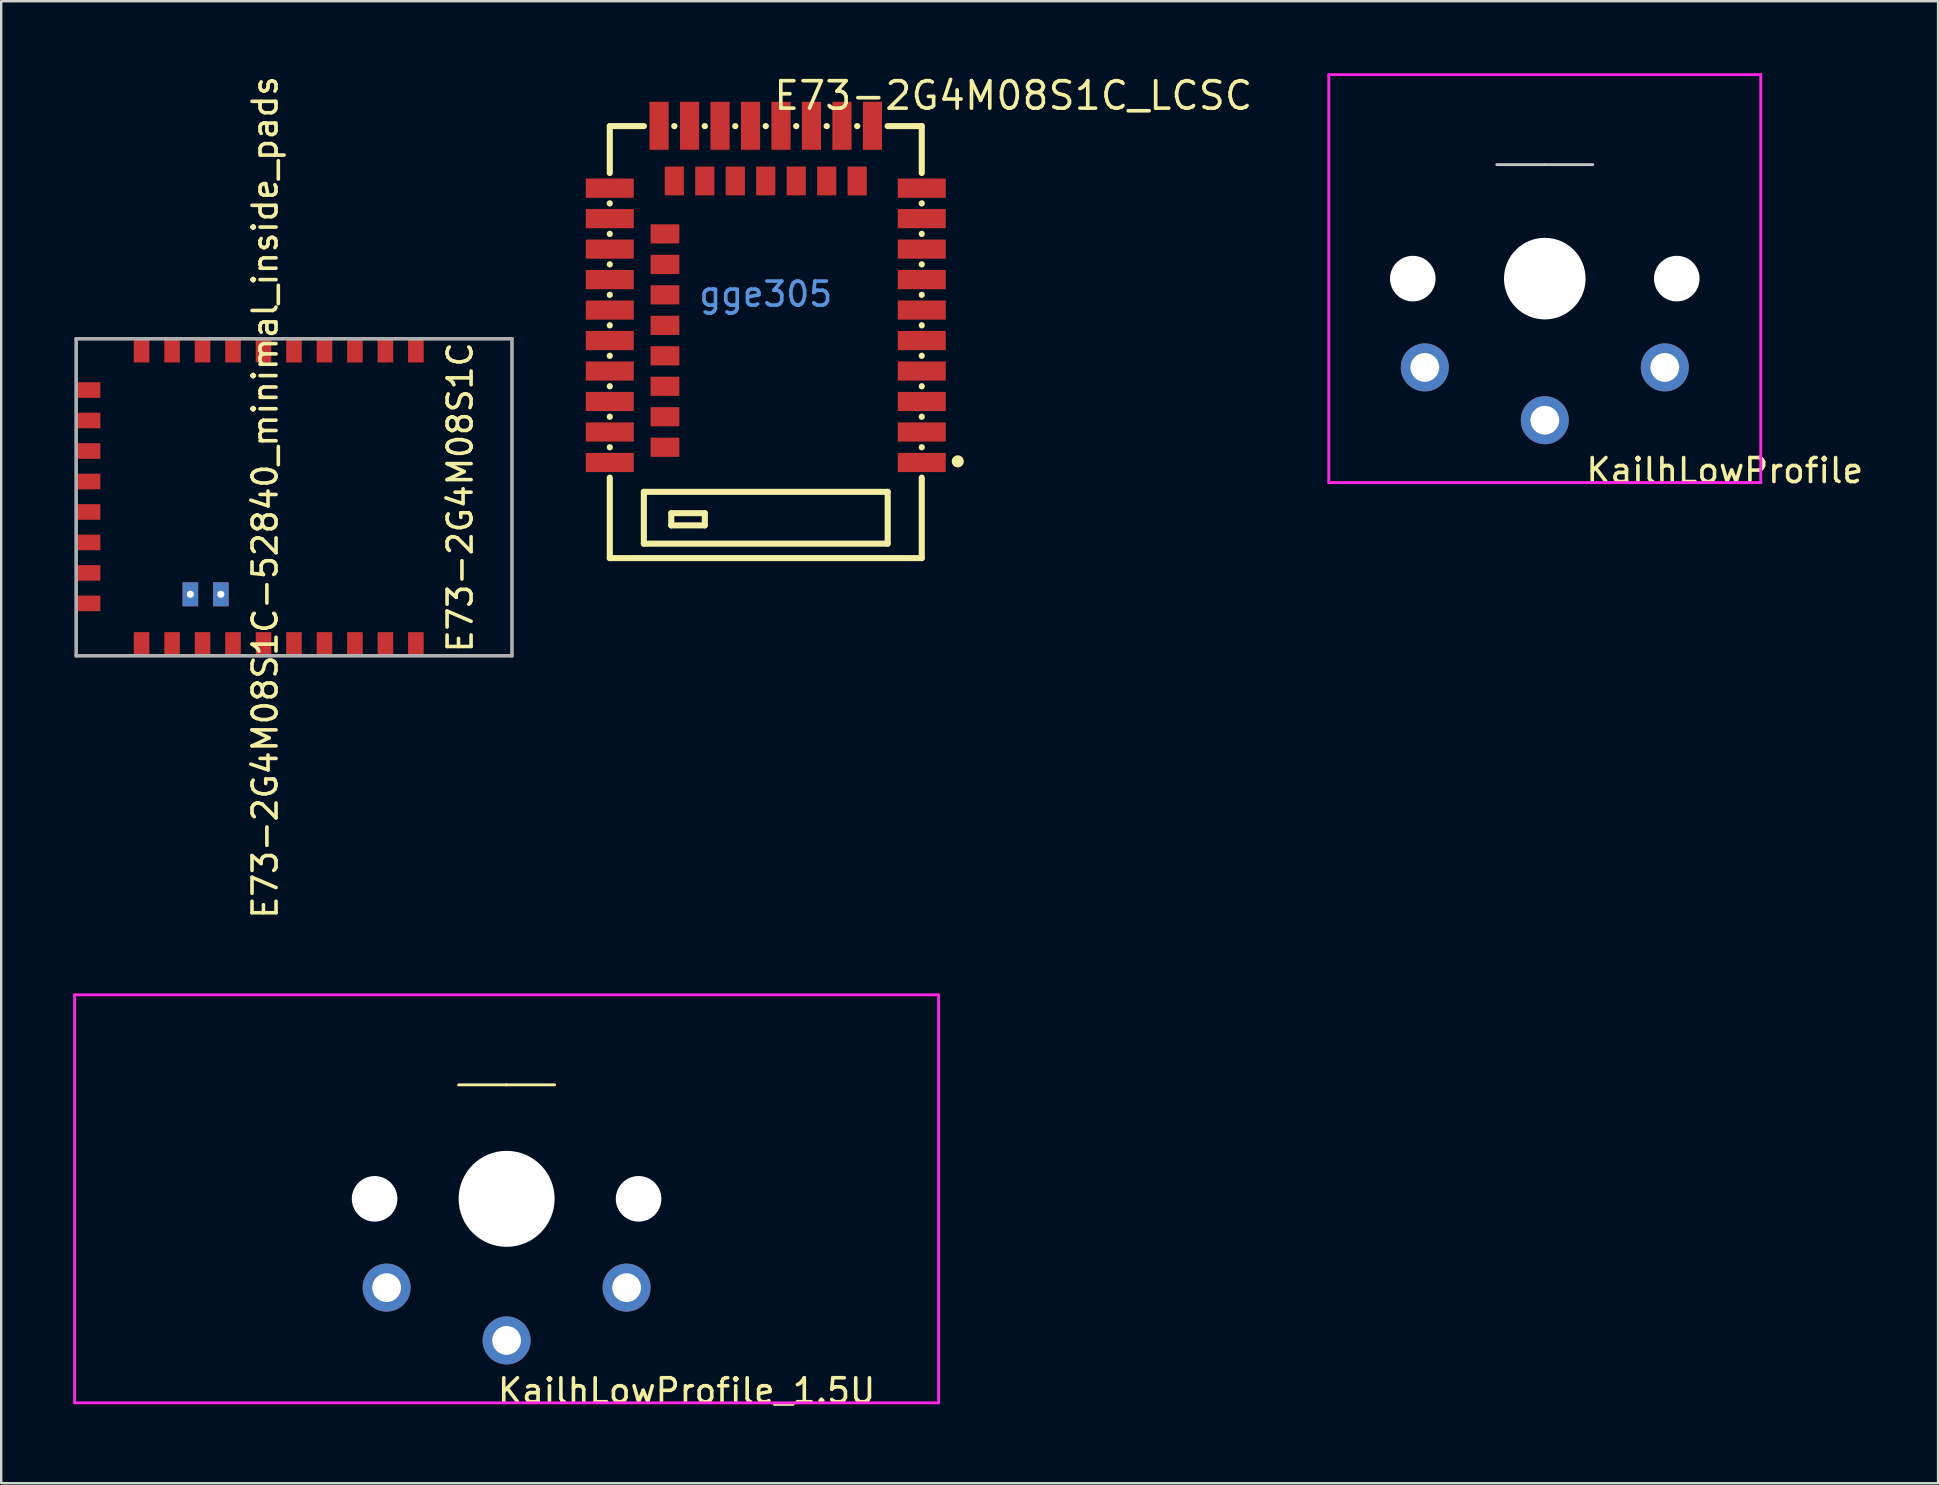
<source format=kicad_pcb>
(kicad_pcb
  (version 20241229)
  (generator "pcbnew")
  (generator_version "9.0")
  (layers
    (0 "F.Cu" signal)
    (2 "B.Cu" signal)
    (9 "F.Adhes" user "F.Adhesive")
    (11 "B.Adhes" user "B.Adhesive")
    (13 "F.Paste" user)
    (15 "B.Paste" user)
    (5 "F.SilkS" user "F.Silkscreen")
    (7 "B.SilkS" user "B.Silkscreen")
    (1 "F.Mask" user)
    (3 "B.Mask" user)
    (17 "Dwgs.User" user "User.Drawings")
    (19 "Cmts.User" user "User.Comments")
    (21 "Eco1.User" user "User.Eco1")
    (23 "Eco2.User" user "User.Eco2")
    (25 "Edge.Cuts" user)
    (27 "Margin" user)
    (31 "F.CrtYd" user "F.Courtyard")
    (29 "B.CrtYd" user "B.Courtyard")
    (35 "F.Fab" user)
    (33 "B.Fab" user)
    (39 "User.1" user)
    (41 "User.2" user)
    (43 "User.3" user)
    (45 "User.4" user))
  (footprint "E73-2G4M08S1C-52840_minimal_inside_pads"
    (layer "F.Cu")
    (at 0.25 17.673)
    (property "Reference" "E73-2G4M08S1C-52840_minimal_inside_pads" (at 7.747 -0.000467 270) (layer "F.SilkS") (effects (font (size 1 1) (thickness 0.15))))
    (fp_line (start -0.127 -6.604) (end -0.127 6.604) (stroke (width 0.15) (type solid)) (layer "F.Fab"))
    (fp_line (start -0.127 6.604) (end 18.034 6.604) (stroke (width 0.15) (type solid)) (layer "F.Fab"))
    (fp_line (start 18.034 -6.604) (end -0.127 -6.604) (stroke (width 0.15) (type solid)) (layer "F.Fab"))
    (fp_line (start 18.034 6.604) (end 18.034 -6.604) (stroke (width 0.15) (type solid)) (layer "F.Fab"))
    (fp_text user "E73-2G4M08S1C" (at 15.875 0 90) (layer "F.SilkS") (effects (font (size 1 1) (thickness 0.15))))
    (pad "1" smd rect (at 14.03 -6.119) (size 0.65 1) (layers "F.Cu" "F.Mask" "F.Paste"))
    (pad "2" smd rect (at 12.76 -6.119) (size 0.65 1) (layers "F.Cu" "F.Mask" "F.Paste"))
    (pad "3" smd rect (at 11.49 -6.119) (size 0.65 1) (layers "F.Cu" "F.Mask" "F.Paste"))
    (pad "4" smd rect (at 10.22 -6.119) (size 0.65 1) (layers "F.Cu" "F.Mask" "F.Paste"))
    (pad "5" smd rect (at 8.95 -6.119) (size 0.65 1) (layers "F.Cu" "F.Mask" "F.Paste"))
    (pad "6" smd rect (at 7.68 -6.119) (size 0.65 1) (layers "F.Cu" "F.Mask" "F.Paste"))
    (pad "7" smd rect (at 6.41 -6.119) (size 0.65 1) (layers "F.Cu" "F.Mask" "F.Paste"))
    (pad "8" smd rect (at 5.14 -6.119) (size 0.65 1) (layers "F.Cu" "F.Mask" "F.Paste"))
    (pad "9" smd rect (at 3.87 -6.119) (size 0.65 1) (layers "F.Cu" "F.Mask" "F.Paste"))
    (pad "10" smd rect (at 2.6 -6.119) (size 0.65 1) (layers "F.Cu" "F.Mask" "F.Paste"))
    (pad "11" smd rect (at 0.381 -4.47 90) (size 0.65 1) (layers "F.Cu" "F.Mask" "F.Paste"))
    (pad "13" smd rect (at 0.381 -3.2 90) (size 0.65 1) (layers "F.Cu" "F.Mask" "F.Paste"))
    (pad "15" smd rect (at 0.381 -1.93 90) (size 0.65 1) (layers "F.Cu" "F.Mask" "F.Paste"))
    (pad "17" smd rect (at 0.381 -0.66 90) (size 0.65 1) (layers "F.Cu" "F.Mask" "F.Paste"))
    (pad "19" smd rect (at 0.381 0.61 90) (size 0.65 1) (layers "F.Cu" "F.Mask" "F.Paste"))
    (pad "21" smd rect (at 0.381 1.88 90) (size 0.65 1) (layers "F.Cu" "F.Mask" "F.Paste"))
    (pad "23" smd rect (at 0.381 3.15 90) (size 0.65 1) (layers "F.Cu" "F.Mask" "F.Paste"))
    (pad "25" smd rect (at 0.381 4.42 90) (size 0.65 1) (layers "F.Cu" "F.Mask" "F.Paste"))
    (pad "26" smd rect (at 2.6 6.119) (size 0.65 1) (layers "F.Cu" "F.Mask" "F.Paste"))
    (pad "27" smd rect (at 3.87 6.119) (size 0.65 1) (layers "F.Cu" "F.Mask" "F.Paste"))
    (pad "28" thru_hole rect (at 4.632 4.041) (size 0.65 1) (drill 0.3) (layers "*.Cu" "*.Mask"))
    (pad "29" smd rect (at 5.14 6.119) (size 0.65 1) (layers "F.Cu" "F.Mask" "F.Paste"))
    (pad "30" thru_hole rect (at 5.902 4.041) (size 0.65 1) (drill 0.3) (layers "*.Cu" "*.Mask"))
    (pad "31" smd rect (at 6.41 6.119) (size 0.65 1) (layers "F.Cu" "F.Mask" "F.Paste"))
    (pad "33" smd rect (at 7.68 6.119) (size 0.65 1) (layers "F.Cu" "F.Mask" "F.Paste"))
    (pad "35" smd rect (at 8.95 6.119) (size 0.65 1) (layers "F.Cu" "F.Mask" "F.Paste"))
    (pad "37" smd rect (at 10.22 6.119) (size 0.65 1) (layers "F.Cu" "F.Mask" "F.Paste"))
    (pad "39" smd rect (at 11.49 6.119) (size 0.65 1) (layers "F.Cu" "F.Mask" "F.Paste"))
    (pad "41" smd rect (at 12.76 6.119) (size 0.65 1) (layers "F.Cu" "F.Mask" "F.Paste"))
    (pad "43" smd rect (at 14.03 6.119) (size 0.65 1) (layers "F.Cu" "F.Mask" "F.Paste")))
  (footprint "E73-2G4M08S1C_LCSC"
    (layer "F.Cu")
    (at 28.859 9.206)
    (property "Reference" "E73-2G4M08S1C_LCSC" (at 0.254 -8.271 0) (layer "F.SilkS") (effects (font (size 1.143 1.143) (thickness 0.152)) (justify left)))
    (attr smd)
    (fp_line (start -6.5 -7.001) (end -6.5 -5.046) (stroke (width 0.254) (type solid)) (layer "F.SilkS"))
    (fp_line (start -6.5 -7.001) (end -5.076 -7.001) (stroke (width 0.254) (type solid)) (layer "F.SilkS"))
    (fp_line (start -6.5 -3.784) (end -6.5 -3.776) (stroke (width 0.254) (type solid)) (layer "F.SilkS"))
    (fp_line (start -6.5 -2.514) (end -6.5 -2.506) (stroke (width 0.254) (type solid)) (layer "F.SilkS"))
    (fp_line (start -6.5 -1.244) (end -6.5 -1.236) (stroke (width 0.254) (type solid)) (layer "F.SilkS"))
    (fp_line (start -6.5 0.026) (end -6.5 0.034) (stroke (width 0.254) (type solid)) (layer "F.SilkS"))
    (fp_line (start -6.5 1.296) (end -6.5 1.304) (stroke (width 0.254) (type solid)) (layer "F.SilkS"))
    (fp_line (start -6.5 2.566) (end -6.5 2.574) (stroke (width 0.254) (type solid)) (layer "F.SilkS"))
    (fp_line (start -6.5 3.836) (end -6.5 3.844) (stroke (width 0.254) (type solid)) (layer "F.SilkS"))
    (fp_line (start -6.5 5.106) (end -6.5 5.114) (stroke (width 0.254) (type solid)) (layer "F.SilkS"))
    (fp_line (start -6.5 6.376) (end -6.5 6.384) (stroke (width 0.254) (type solid)) (layer "F.SilkS"))
    (fp_line (start -6.5 7.646) (end -6.5 10.999) (stroke (width 0.254) (type solid)) (layer "F.SilkS"))
    (fp_line (start -5.08 8.239) (end 5.08 8.239) (stroke (width 0.254) (type solid)) (layer "F.SilkS"))
    (fp_line (start -5.08 10.398) (end -5.08 8.239) (stroke (width 0.254) (type solid)) (layer "F.SilkS"))
    (fp_line (start -3.937 9.128) (end -2.54 9.128) (stroke (width 0.254) (type solid)) (layer "F.SilkS"))
    (fp_line (start -3.937 9.636) (end -3.937 9.128) (stroke (width 0.254) (type solid)) (layer "F.SilkS"))
    (fp_line (start -3.814 -7.001) (end -3.806 -7.001) (stroke (width 0.254) (type solid)) (layer "F.SilkS"))
    (fp_line (start -2.544 -7.001) (end -2.536 -7.001) (stroke (width 0.254) (type solid)) (layer "F.SilkS"))
    (fp_line (start -2.54 9.128) (end -2.54 9.636) (stroke (width 0.254) (type solid)) (layer "F.SilkS"))
    (fp_line (start -2.54 9.636) (end -3.937 9.636) (stroke (width 0.254) (type solid)) (layer "F.SilkS"))
    (fp_line (start -1.274 -7.001) (end -1.266 -7.001) (stroke (width 0.254) (type solid)) (layer "F.SilkS"))
    (fp_line (start -0.004 -7.001) (end 0.004 -7.001) (stroke (width 0.254) (type solid)) (layer "F.SilkS"))
    (fp_line (start 1.266 -7.001) (end 1.274 -7.001) (stroke (width 0.254) (type solid)) (layer "F.SilkS"))
    (fp_line (start 2.536 -7.001) (end 2.544 -7.001) (stroke (width 0.254) (type solid)) (layer "F.SilkS"))
    (fp_line (start 3.806 -7.001) (end 3.814 -7.001) (stroke (width 0.254) (type solid)) (layer "F.SilkS"))
    (fp_line (start 5.076 -7.001) (end 6.5 -7.001) (stroke (width 0.254) (type solid)) (layer "F.SilkS"))
    (fp_line (start 5.08 8.239) (end 5.08 10.398) (stroke (width 0.254) (type solid)) (layer "F.SilkS"))
    (fp_line (start 5.08 10.398) (end -5.08 10.398) (stroke (width 0.254) (type solid)) (layer "F.SilkS"))
    (fp_line (start 6.5 -7.001) (end 6.5 -5.046) (stroke (width 0.254) (type solid)) (layer "F.SilkS"))
    (fp_line (start 6.5 -3.784) (end 6.5 -3.776) (stroke (width 0.254) (type solid)) (layer "F.SilkS"))
    (fp_line (start 6.5 -2.514) (end 6.5 -2.506) (stroke (width 0.254) (type solid)) (layer "F.SilkS"))
    (fp_line (start 6.5 -1.244) (end 6.5 -1.236) (stroke (width 0.254) (type solid)) (layer "F.SilkS"))
    (fp_line (start 6.5 0.026) (end 6.5 0.034) (stroke (width 0.254) (type solid)) (layer "F.SilkS"))
    (fp_line (start 6.5 1.296) (end 6.5 1.304) (stroke (width 0.254) (type solid)) (layer "F.SilkS"))
    (fp_line (start 6.5 2.566) (end 6.5 2.574) (stroke (width 0.254) (type solid)) (layer "F.SilkS"))
    (fp_line (start 6.5 3.836) (end 6.5 3.844) (stroke (width 0.254) (type solid)) (layer "F.SilkS"))
    (fp_line (start 6.5 5.106) (end 6.5 5.114) (stroke (width 0.254) (type solid)) (layer "F.SilkS"))
    (fp_line (start 6.5 6.376) (end 6.5 6.384) (stroke (width 0.254) (type solid)) (layer "F.SilkS"))
    (fp_line (start 6.5 7.646) (end 6.5 10.999) (stroke (width 0.254) (type solid)) (layer "F.SilkS"))
    (fp_line (start 6.5 10.999) (end -6.5 10.999) (stroke (width 0.254) (type solid)) (layer "F.SilkS"))
    (fp_circle (center 8.001 6.969) (end 8.128 6.969) (stroke (width 0.254) (type solid)) (fill no) (layer "F.SilkS"))
    (fp_text user "gge305" (at 0 0 0) (layer "Cmts.User") (effects (font (size 1 1) (thickness 0.15))))
    (pad "1" smd rect (at 6.5 7.015 180) (size 2 0.8) (layers "F.Cu" "F.Mask" "F.Paste"))
    (pad "2" smd rect (at 6.5 5.745 180) (size 2 0.8) (layers "F.Cu" "F.Mask" "F.Paste"))
    (pad "3" smd rect (at 6.5 4.475 180) (size 2 0.8) (layers "F.Cu" "F.Mask" "F.Paste"))
    (pad "4" smd rect (at 6.5 3.205 180) (size 2 0.8) (layers "F.Cu" "F.Mask" "F.Paste"))
    (pad "5" smd rect (at 6.5 1.935 180) (size 2 0.8) (layers "F.Cu" "F.Mask" "F.Paste"))
    (pad "6" smd rect (at 6.5 0.665 180) (size 2 0.8) (layers "F.Cu" "F.Mask" "F.Paste"))
    (pad "7" smd rect (at 6.5 -0.605 180) (size 2 0.8) (layers "F.Cu" "F.Mask" "F.Paste"))
    (pad "8" smd rect (at 6.5 -1.875 180) (size 2 0.8) (layers "F.Cu" "F.Mask" "F.Paste"))
    (pad "9" smd rect (at 6.5 -3.145 180) (size 2 0.8) (layers "F.Cu" "F.Mask" "F.Paste"))
    (pad "10" smd rect (at 6.5 -4.415 180) (size 2 0.8) (layers "F.Cu" "F.Mask" "F.Paste"))
    (pad "11" smd rect (at 4.445 -7.015 270) (size 2 0.8) (layers "F.Cu" "F.Mask" "F.Paste"))
    (pad "12" smd rect (at 3.81 -4.715 270) (size 1.2 0.8) (layers "F.Cu" "F.Mask" "F.Paste"))
    (pad "13" smd rect (at 3.175 -7.015 270) (size 2 0.8) (layers "F.Cu" "F.Mask" "F.Paste"))
    (pad "14" smd rect (at 2.54 -4.715 270) (size 1.2 0.8) (layers "F.Cu" "F.Mask" "F.Paste"))
    (pad "15" smd rect (at 1.905 -7.015 270) (size 2 0.8) (layers "F.Cu" "F.Mask" "F.Paste"))
    (pad "16" smd rect (at 1.27 -4.715 270) (size 1.2 0.8) (layers "F.Cu" "F.Mask" "F.Paste"))
    (pad "17" smd rect (at 0.635 -7.015 270) (size 2 0.8) (layers "F.Cu" "F.Mask" "F.Paste"))
    (pad "18" smd rect (at 0 -4.715 270) (size 1.2 0.8) (layers "F.Cu" "F.Mask" "F.Paste"))
    (pad "19" smd rect (at -0.635 -7.015 270) (size 2 0.8) (layers "F.Cu" "F.Mask" "F.Paste"))
    (pad "20" smd rect (at -1.27 -4.715 270) (size 1.2 0.8) (layers "F.Cu" "F.Mask" "F.Paste"))
    (pad "21" smd rect (at -1.905 -7.015 270) (size 2 0.8) (layers "F.Cu" "F.Mask" "F.Paste"))
    (pad "22" smd rect (at -2.54 -4.715 270) (size 1.2 0.8) (layers "F.Cu" "F.Mask" "F.Paste"))
    (pad "23" smd rect (at -3.175 -7.015 270) (size 2 0.8) (layers "F.Cu" "F.Mask" "F.Paste"))
    (pad "24" smd rect (at -3.81 -4.715 270) (size 1.2 0.8) (layers "F.Cu" "F.Mask" "F.Paste"))
    (pad "25" smd rect (at -4.445 -7.015 270) (size 2 0.8) (layers "F.Cu" "F.Mask" "F.Paste"))
    (pad "26" smd rect (at -6.5 -4.415) (size 2 0.8) (layers "F.Cu" "F.Mask" "F.Paste"))
    (pad "27" smd rect (at -6.5 -3.145) (size 2 0.8) (layers "F.Cu" "F.Mask" "F.Paste"))
    (pad "28" smd rect (at -4.2 -2.51 180) (size 1.2 0.8) (layers "F.Cu" "F.Mask" "F.Paste"))
    (pad "29" smd rect (at -6.5 -1.875) (size 2 0.8) (layers "F.Cu" "F.Mask" "F.Paste"))
    (pad "30" smd rect (at -4.2 -1.24 180) (size 1.2 0.8) (layers "F.Cu" "F.Mask" "F.Paste"))
    (pad "31" smd rect (at -6.5 -0.605) (size 2 0.8) (layers "F.Cu" "F.Mask" "F.Paste"))
    (pad "32" smd rect (at -4.2 0.03 180) (size 1.2 0.8) (layers "F.Cu" "F.Mask" "F.Paste"))
    (pad "33" smd rect (at -6.5 0.665) (size 2 0.8) (layers "F.Cu" "F.Mask" "F.Paste"))
    (pad "34" smd rect (at -4.2 1.3 180) (size 1.2 0.8) (layers "F.Cu" "F.Mask" "F.Paste"))
    (pad "35" smd rect (at -6.5 1.935) (size 2 0.8) (layers "F.Cu" "F.Mask" "F.Paste"))
    (pad "36" smd rect (at -4.2 2.57 180) (size 1.2 0.8) (layers "F.Cu" "F.Mask" "F.Paste"))
    (pad "37" smd rect (at -6.5 3.205) (size 2 0.8) (layers "F.Cu" "F.Mask" "F.Paste"))
    (pad "38" smd rect (at -4.2 3.84 180) (size 1.2 0.8) (layers "F.Cu" "F.Mask" "F.Paste"))
    (pad "39" smd rect (at -6.5 4.475) (size 2 0.8) (layers "F.Cu" "F.Mask" "F.Paste"))
    (pad "40" smd rect (at -4.2 5.11 180) (size 1.2 0.8) (layers "F.Cu" "F.Mask" "F.Paste"))
    (pad "41" smd rect (at -6.5 5.745) (size 2 0.8) (layers "F.Cu" "F.Mask" "F.Paste"))
    (pad "42" smd rect (at -4.2 6.38 180) (size 1.2 0.8) (layers "F.Cu" "F.Mask" "F.Paste"))
    (pad "43" smd rect (at -6.5 7.015) (size 2 0.8) (layers "F.Cu" "F.Mask" "F.Paste")))
  (footprint "KailhLowProfile_1.5U"
    (layer "F.Cu")
    (at 18.06 46.905)
    (property "Reference" "KailhLowProfile_1.5U" (at 7.5 8 0) (layer "F.SilkS") (effects (font (size 1 1) (thickness 0.15))))
    (attr through_hole)
    (fp_line (start 0 -4.75) (end -2 -4.75) (stroke (width 0.12) (type solid)) (layer "F.SilkS"))
    (fp_line (start 0 -4.75) (end 2 -4.75) (stroke (width 0.12) (type solid)) (layer "F.SilkS"))
    (fp_line (start -7 -7) (end 7 -7) (stroke (width 0.15) (type solid)) (layer "Eco2.User"))
    (fp_line (start -7 7) (end -7 -7) (stroke (width 0.15) (type solid)) (layer "Eco2.User"))
    (fp_line (start 7 -7) (end 7 7) (stroke (width 0.15) (type solid)) (layer "Eco2.User"))
    (fp_line (start 7 7) (end -7 7) (stroke (width 0.15) (type solid)) (layer "Eco2.User"))
    (fp_line (start -18 -8.5) (end 18 -8.5) (stroke (width 0.12) (type solid)) (layer "F.CrtYd"))
    (fp_line (start -18 8.5) (end -18 -8.5) (stroke (width 0.12) (type solid)) (layer "F.CrtYd"))
    (fp_line (start 18 -8.5) (end 18 8.5) (stroke (width 0.12) (type solid)) (layer "F.CrtYd"))
    (fp_line (start 18 8.5) (end -18 8.5) (stroke (width 0.12) (type solid)) (layer "F.CrtYd"))
    (pad "" np_thru_hole circle (at -5.5 0 90) (size 1.9 1.9) (drill 1.9) (layers "*.Cu" "*.Mask"))
    (pad "" np_thru_hole circle (at 0 0 90) (size 4 4) (drill 4) (layers "*.Cu" "*.Mask"))
    (pad "" np_thru_hole circle (at 5.5 0 90) (size 1.9 1.9) (drill 1.9) (layers "*.Cu" "*.Mask"))
    (pad "1" thru_hole circle (at -5 3.7 90) (size 2 2) (drill 1.2) (layers "*.Cu" "*.Mask"))
    (pad "1" thru_hole circle (at 5 3.7 270) (size 2 2) (drill 1.2) (layers "*.Cu" "*.Mask"))
    (pad "2" thru_hole circle (at 0 5.9 90) (size 2 2) (drill 1.2) (layers "*.Cu" "*.Mask")))
  (footprint "KailhLowProfile"
    (layer "F.Cu")
    (at 61.321 8.56)
    (property "Reference" "KailhLowProfile" (at 7.5 8 0) (layer "F.SilkS") (effects (font (size 1 1) (thickness 0.15))))
    (fp_line (start 0 -4.75) (end -2 -4.75) (stroke (width 0.12) (type solid)) (layer "Dwgs.User"))
    (fp_line (start 0 -4.75) (end 2 -4.75) (stroke (width 0.12) (type solid)) (layer "Dwgs.User"))
    (fp_line (start -7 -7) (end 7 -7) (stroke (width 0.15) (type solid)) (layer "Eco2.User"))
    (fp_line (start -7 7) (end -7 -7) (stroke (width 0.15) (type solid)) (layer "Eco2.User"))
    (fp_line (start 7 -7) (end 7 7) (stroke (width 0.15) (type solid)) (layer "Eco2.User"))
    (fp_line (start 7 7) (end -7 7) (stroke (width 0.15) (type solid)) (layer "Eco2.User"))
    (fp_line (start -9 -8.5) (end 9 -8.5) (stroke (width 0.12) (type solid)) (layer "F.CrtYd"))
    (fp_line (start -9 8.5) (end -9 -8.5) (stroke (width 0.12) (type solid)) (layer "F.CrtYd"))
    (fp_line (start 9 -8.5) (end 9 8.5) (stroke (width 0.12) (type solid)) (layer "F.CrtYd"))
    (fp_line (start 9 8.5) (end -9 8.5) (stroke (width 0.12) (type solid)) (layer "F.CrtYd"))
    (pad "" np_thru_hole circle (at -5.5 0 90) (size 1.9 1.9) (drill 1.9) (layers "*.Cu" "*.Mask"))
    (pad "" np_thru_hole circle (at 0 0 90) (size 3.4 3.4) (drill 3.4) (layers "*.Cu" "*.Mask"))
    (pad "" np_thru_hole circle (at 5.5 0 90) (size 1.9 1.9) (drill 1.9) (layers "*.Cu" "*.Mask"))
    (pad "1" thru_hole circle (at -5 3.7 90) (size 2 2) (drill 1.2) (layers "*.Cu" "*.Mask"))
    (pad "1" thru_hole circle (at 5 3.7 270) (size 2 2) (drill 1.2) (layers "*.Cu" "*.Mask"))
    (pad "2" thru_hole circle (at 0 5.9 90) (size 2 2) (drill 1.2) (layers "*.Cu" "*.Mask")))
  (gr_rect
    (start -3 -3)
    (end 77.708 58.753)
    (stroke (width 0.1) (type default))
    (fill no)
    (layer "Edge.Cuts")))
</source>
